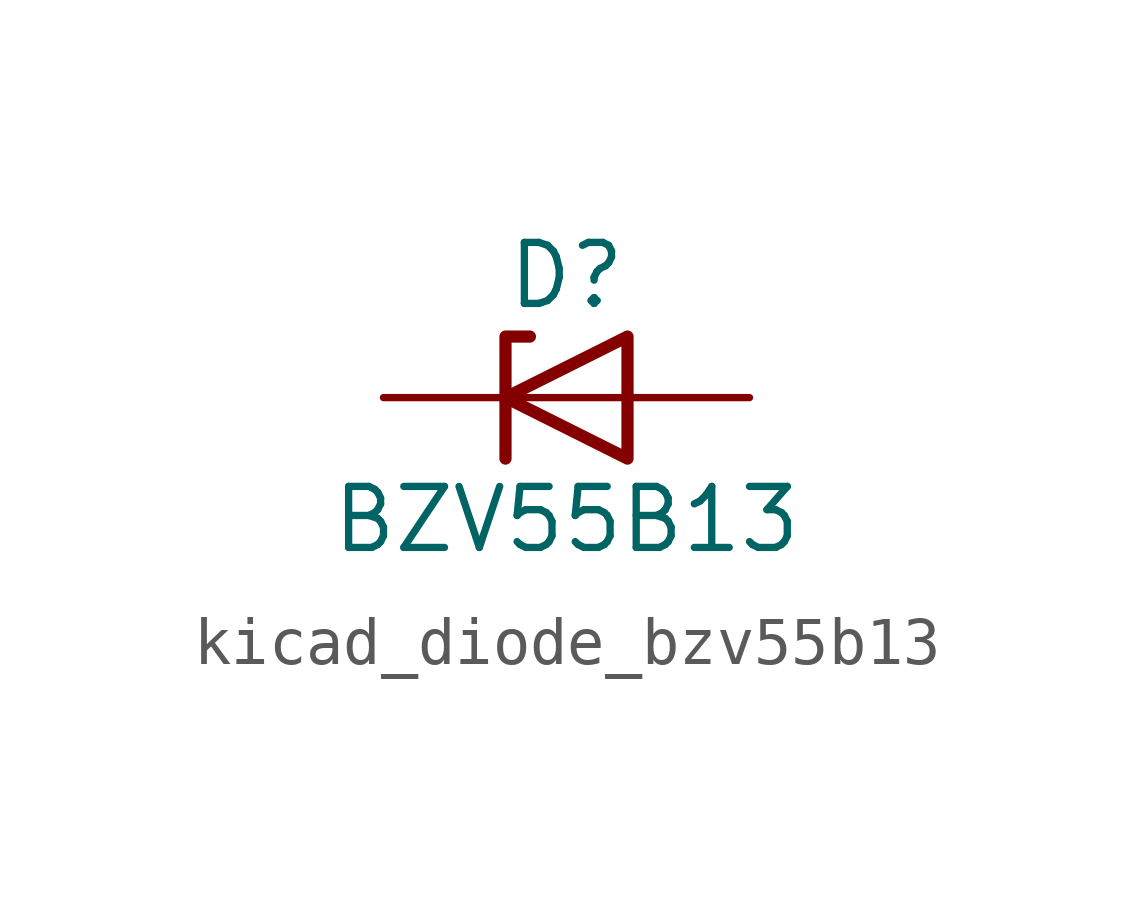
<source format=kicad_sym>
(kicad_symbol_lib
  (version 20220914)
  (generator kicad_symbol_editor)
  (symbol "kicad_diode_bzv55b13"
    (pin_numbers hide)
    (pin_names hide)
    (property "Reference" "D"
      (at 0 2.54 0)
      (effects (font (size 1.27 1.27))))
    (property "Value" "BZV55B13"
      (at 0 -2.54 0)
      (effects (font (size 1.27 1.27))))
    (symbol "kicad_diode_bzv55b13_0_1"
      (polyline (pts (xy 1.27 0) (xy -1.27 0)) (stroke (width 0) (type default)) (fill (type none)))
      (polyline (pts (xy -1.27 -1.27) (xy -1.27 1.27) (xy -0.762 1.27)) (stroke (width 0.254) (type default)) (fill (type none)))
      (polyline (pts (xy 1.27 -1.27) (xy 1.27 1.27) (xy -1.27 0) (xy 1.27 -1.27)) (stroke (width 0.254) (type default)) (fill (type none))))
    (symbol "kicad_diode_bzv55b13_1_1"
      (pin passive line (at -3.81 0 0) (length 2.54) (name "K" (effects (font (size 1.27 1.27)))) (number "1" (effects (font (size 1.27 1.27)))))
      (pin passive line (at 3.81 0 180) (length 2.54) (name "A" (effects (font (size 1.27 1.27)))) (number "2" (effects (font (size 1.27 1.27))))))))
</source>
